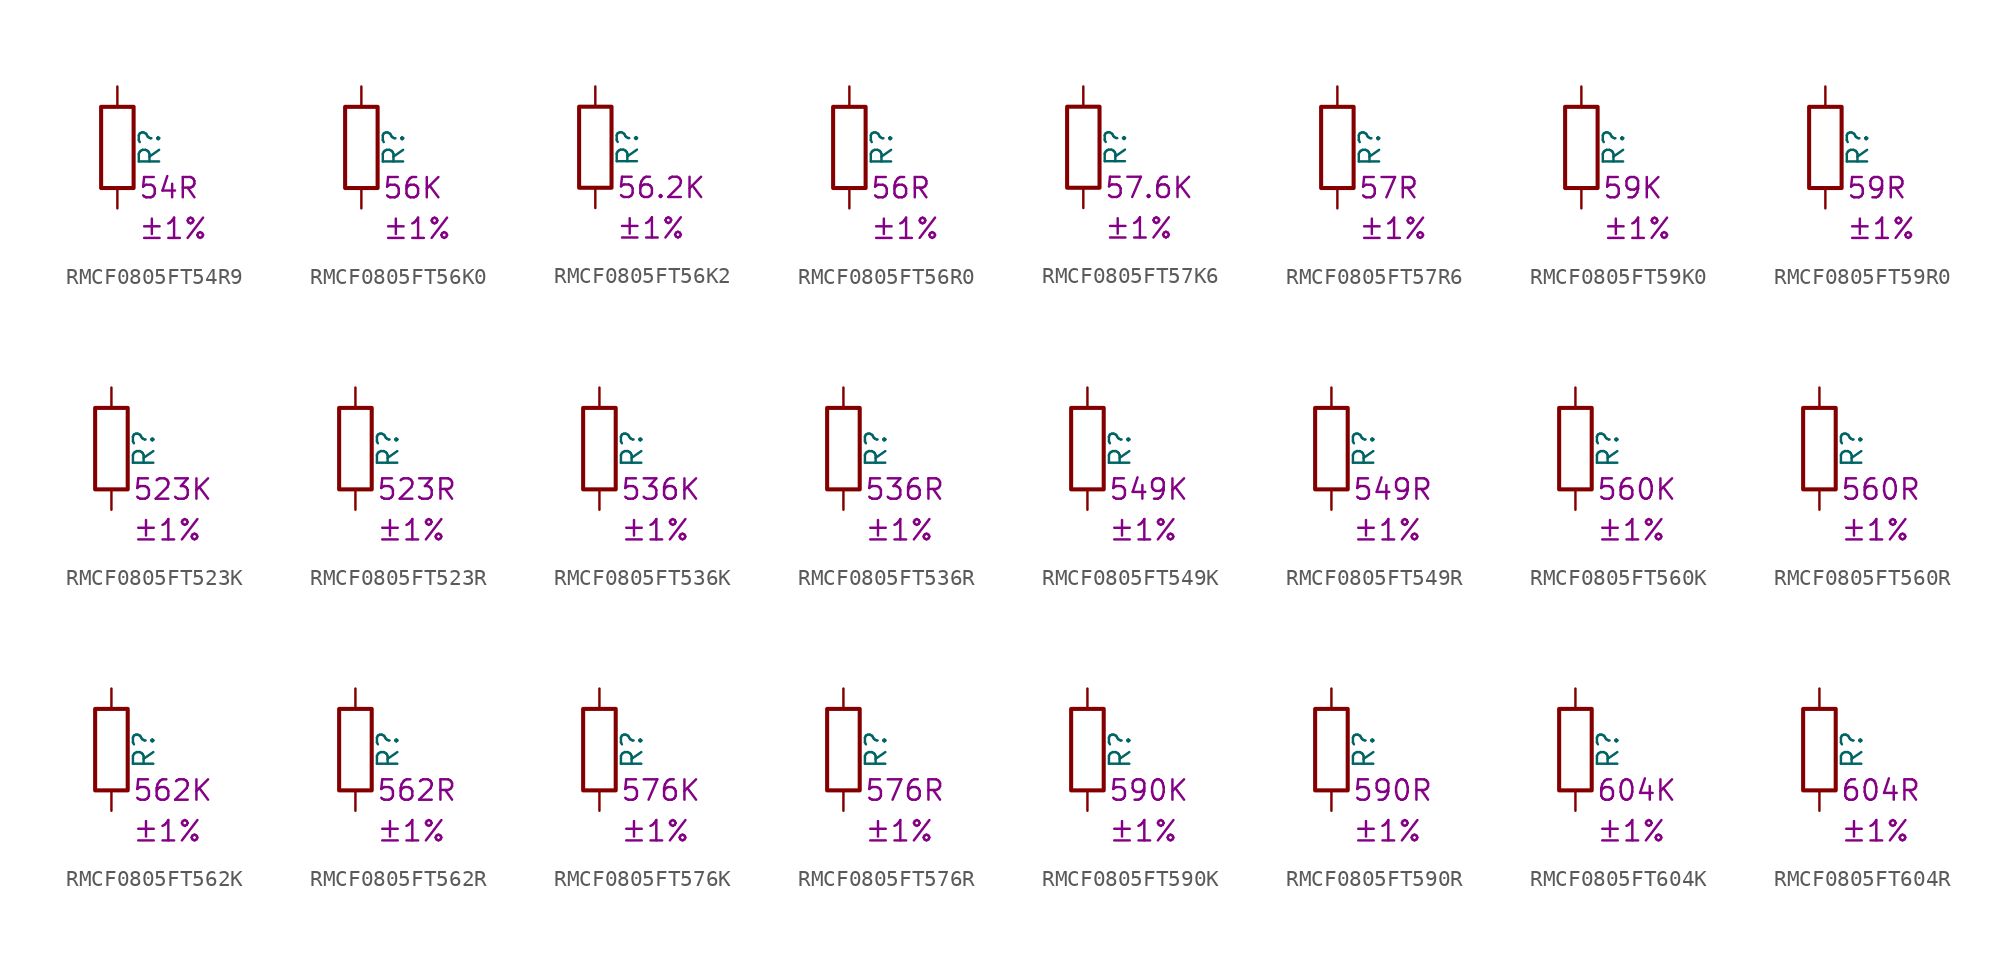
<source format=kicad_sym>
(kicad_symbol_lib
  (version 20220914)
  (generator kicad_symbol_editor)
  (symbol "RMCF0805FT54R9"
    (pin_numbers hide)
    (pin_names
      (offset 0))
    (property "Reference" "R"
      (at 2.032 0 90)
      (effects (font (size 1.27 1.27))))
    (property "Resistance" "54R"
      (at 1.27 -2.54 0)
      (effects (font (size 1.27 1.27)) (justify left)))
    (property "Tolerance" "±1%"
      (at 1.27 -5.08 0)
      (effects (font (size 1.27 1.27)) (justify left)))
    (symbol "RMCF0805FT54R9_0_1"
      (rectangle (start -1.016 -2.54) (end 1.016 2.54) (stroke (width 0.254) (type default)) (fill (type none))))
    (symbol "RMCF0805FT54R9_1_1"
      (pin passive line (at 0 3.81 270) (length 1.27) (name "~" (effects (font (size 1.27 1.27)))) (number "1" (effects (font (size 1.27 1.27)))))
      (pin passive line (at 0 -3.81 90) (length 1.27) (name "~" (effects (font (size 1.27 1.27)))) (number "2" (effects (font (size 1.27 1.27)))))))
  (symbol "RMCF0805FT56K0"
    (pin_numbers hide)
    (pin_names
      (offset 0))
    (property "Reference" "R"
      (at 2.032 0 90)
      (effects (font (size 1.27 1.27))))
    (property "Resistance" "56K"
      (at 1.27 -2.54 0)
      (effects (font (size 1.27 1.27)) (justify left)))
    (property "Tolerance" "±1%"
      (at 1.27 -5.08 0)
      (effects (font (size 1.27 1.27)) (justify left)))
    (symbol "RMCF0805FT56K0_0_1"
      (rectangle (start -1.016 -2.54) (end 1.016 2.54) (stroke (width 0.254) (type default)) (fill (type none))))
    (symbol "RMCF0805FT56K0_1_1"
      (pin passive line (at 0 3.81 270) (length 1.27) (name "~" (effects (font (size 1.27 1.27)))) (number "1" (effects (font (size 1.27 1.27)))))
      (pin passive line (at 0 -3.81 90) (length 1.27) (name "~" (effects (font (size 1.27 1.27)))) (number "2" (effects (font (size 1.27 1.27)))))))
  (symbol "RMCF0805FT56K2"
    (pin_numbers hide)
    (pin_names
      (offset 0))
    (property "Reference" "R"
      (at 2.032 0 90)
      (effects (font (size 1.27 1.27))))
    (property "Resistance" "56.2K"
      (at 1.27 -2.54 0)
      (effects (font (size 1.27 1.27)) (justify left)))
    (property "Tolerance" "±1%"
      (at 1.27 -5.08 0)
      (effects (font (size 1.27 1.27)) (justify left)))
    (symbol "RMCF0805FT56K2_0_1"
      (rectangle (start -1.016 -2.54) (end 1.016 2.54) (stroke (width 0.254) (type default)) (fill (type none))))
    (symbol "RMCF0805FT56K2_1_1"
      (pin passive line (at 0 3.81 270) (length 1.27) (name "~" (effects (font (size 1.27 1.27)))) (number "1" (effects (font (size 1.27 1.27)))))
      (pin passive line (at 0 -3.81 90) (length 1.27) (name "~" (effects (font (size 1.27 1.27)))) (number "2" (effects (font (size 1.27 1.27)))))))
  (symbol "RMCF0805FT56R0"
    (pin_numbers hide)
    (pin_names
      (offset 0))
    (property "Reference" "R"
      (at 2.032 0 90)
      (effects (font (size 1.27 1.27))))
    (property "Resistance" "56R"
      (at 1.27 -2.54 0)
      (effects (font (size 1.27 1.27)) (justify left)))
    (property "Tolerance" "±1%"
      (at 1.27 -5.08 0)
      (effects (font (size 1.27 1.27)) (justify left)))
    (symbol "RMCF0805FT56R0_0_1"
      (rectangle (start -1.016 -2.54) (end 1.016 2.54) (stroke (width 0.254) (type default)) (fill (type none))))
    (symbol "RMCF0805FT56R0_1_1"
      (pin passive line (at 0 3.81 270) (length 1.27) (name "~" (effects (font (size 1.27 1.27)))) (number "1" (effects (font (size 1.27 1.27)))))
      (pin passive line (at 0 -3.81 90) (length 1.27) (name "~" (effects (font (size 1.27 1.27)))) (number "2" (effects (font (size 1.27 1.27)))))))
  (symbol "RMCF0805FT57K6"
    (pin_numbers hide)
    (pin_names
      (offset 0))
    (property "Reference" "R"
      (at 2.032 0 90)
      (effects (font (size 1.27 1.27))))
    (property "Resistance" "57.6K"
      (at 1.27 -2.54 0)
      (effects (font (size 1.27 1.27)) (justify left)))
    (property "Tolerance" "±1%"
      (at 1.27 -5.08 0)
      (effects (font (size 1.27 1.27)) (justify left)))
    (symbol "RMCF0805FT57K6_0_1"
      (rectangle (start -1.016 -2.54) (end 1.016 2.54) (stroke (width 0.254) (type default)) (fill (type none))))
    (symbol "RMCF0805FT57K6_1_1"
      (pin passive line (at 0 3.81 270) (length 1.27) (name "~" (effects (font (size 1.27 1.27)))) (number "1" (effects (font (size 1.27 1.27)))))
      (pin passive line (at 0 -3.81 90) (length 1.27) (name "~" (effects (font (size 1.27 1.27)))) (number "2" (effects (font (size 1.27 1.27)))))))
  (symbol "RMCF0805FT57R6"
    (pin_numbers hide)
    (pin_names
      (offset 0))
    (property "Reference" "R"
      (at 2.032 0 90)
      (effects (font (size 1.27 1.27))))
    (property "Resistance" "57R"
      (at 1.27 -2.54 0)
      (effects (font (size 1.27 1.27)) (justify left)))
    (property "Tolerance" "±1%"
      (at 1.27 -5.08 0)
      (effects (font (size 1.27 1.27)) (justify left)))
    (symbol "RMCF0805FT57R6_0_1"
      (rectangle (start -1.016 -2.54) (end 1.016 2.54) (stroke (width 0.254) (type default)) (fill (type none))))
    (symbol "RMCF0805FT57R6_1_1"
      (pin passive line (at 0 3.81 270) (length 1.27) (name "~" (effects (font (size 1.27 1.27)))) (number "1" (effects (font (size 1.27 1.27)))))
      (pin passive line (at 0 -3.81 90) (length 1.27) (name "~" (effects (font (size 1.27 1.27)))) (number "2" (effects (font (size 1.27 1.27)))))))
  (symbol "RMCF0805FT59K0"
    (pin_numbers hide)
    (pin_names
      (offset 0))
    (property "Reference" "R"
      (at 2.032 0 90)
      (effects (font (size 1.27 1.27))))
    (property "Resistance" "59K"
      (at 1.27 -2.54 0)
      (effects (font (size 1.27 1.27)) (justify left)))
    (property "Tolerance" "±1%"
      (at 1.27 -5.08 0)
      (effects (font (size 1.27 1.27)) (justify left)))
    (symbol "RMCF0805FT59K0_0_1"
      (rectangle (start -1.016 -2.54) (end 1.016 2.54) (stroke (width 0.254) (type default)) (fill (type none))))
    (symbol "RMCF0805FT59K0_1_1"
      (pin passive line (at 0 3.81 270) (length 1.27) (name "~" (effects (font (size 1.27 1.27)))) (number "1" (effects (font (size 1.27 1.27)))))
      (pin passive line (at 0 -3.81 90) (length 1.27) (name "~" (effects (font (size 1.27 1.27)))) (number "2" (effects (font (size 1.27 1.27)))))))
  (symbol "RMCF0805FT59R0"
    (pin_numbers hide)
    (pin_names
      (offset 0))
    (property "Reference" "R"
      (at 2.032 0 90)
      (effects (font (size 1.27 1.27))))
    (property "Resistance" "59R"
      (at 1.27 -2.54 0)
      (effects (font (size 1.27 1.27)) (justify left)))
    (property "Tolerance" "±1%"
      (at 1.27 -5.08 0)
      (effects (font (size 1.27 1.27)) (justify left)))
    (symbol "RMCF0805FT59R0_0_1"
      (rectangle (start -1.016 -2.54) (end 1.016 2.54) (stroke (width 0.254) (type default)) (fill (type none))))
    (symbol "RMCF0805FT59R0_1_1"
      (pin passive line (at 0 3.81 270) (length 1.27) (name "~" (effects (font (size 1.27 1.27)))) (number "1" (effects (font (size 1.27 1.27)))))
      (pin passive line (at 0 -3.81 90) (length 1.27) (name "~" (effects (font (size 1.27 1.27)))) (number "2" (effects (font (size 1.27 1.27)))))))
  (symbol "RMCF0805FT523K"
    (pin_numbers hide)
    (pin_names
      (offset 0))
    (property "Reference" "R"
      (at 2.032 0 90)
      (effects (font (size 1.27 1.27))))
    (property "Resistance" "523K"
      (at 1.27 -2.54 0)
      (effects (font (size 1.27 1.27)) (justify left)))
    (property "Tolerance" "±1%"
      (at 1.27 -5.08 0)
      (effects (font (size 1.27 1.27)) (justify left)))
    (symbol "RMCF0805FT523K_0_1"
      (rectangle (start -1.016 -2.54) (end 1.016 2.54) (stroke (width 0.254) (type default)) (fill (type none))))
    (symbol "RMCF0805FT523K_1_1"
      (pin passive line (at 0 3.81 270) (length 1.27) (name "~" (effects (font (size 1.27 1.27)))) (number "1" (effects (font (size 1.27 1.27)))))
      (pin passive line (at 0 -3.81 90) (length 1.27) (name "~" (effects (font (size 1.27 1.27)))) (number "2" (effects (font (size 1.27 1.27)))))))
  (symbol "RMCF0805FT523R"
    (pin_numbers hide)
    (pin_names
      (offset 0))
    (property "Reference" "R"
      (at 2.032 0 90)
      (effects (font (size 1.27 1.27))))
    (property "Resistance" "523R"
      (at 1.27 -2.54 0)
      (effects (font (size 1.27 1.27)) (justify left)))
    (property "Tolerance" "±1%"
      (at 1.27 -5.08 0)
      (effects (font (size 1.27 1.27)) (justify left)))
    (symbol "RMCF0805FT523R_0_1"
      (rectangle (start -1.016 -2.54) (end 1.016 2.54) (stroke (width 0.254) (type default)) (fill (type none))))
    (symbol "RMCF0805FT523R_1_1"
      (pin passive line (at 0 3.81 270) (length 1.27) (name "~" (effects (font (size 1.27 1.27)))) (number "1" (effects (font (size 1.27 1.27)))))
      (pin passive line (at 0 -3.81 90) (length 1.27) (name "~" (effects (font (size 1.27 1.27)))) (number "2" (effects (font (size 1.27 1.27)))))))
  (symbol "RMCF0805FT536K"
    (pin_numbers hide)
    (pin_names
      (offset 0))
    (property "Reference" "R"
      (at 2.032 0 90)
      (effects (font (size 1.27 1.27))))
    (property "Resistance" "536K"
      (at 1.27 -2.54 0)
      (effects (font (size 1.27 1.27)) (justify left)))
    (property "Tolerance" "±1%"
      (at 1.27 -5.08 0)
      (effects (font (size 1.27 1.27)) (justify left)))
    (symbol "RMCF0805FT536K_0_1"
      (rectangle (start -1.016 -2.54) (end 1.016 2.54) (stroke (width 0.254) (type default)) (fill (type none))))
    (symbol "RMCF0805FT536K_1_1"
      (pin passive line (at 0 3.81 270) (length 1.27) (name "~" (effects (font (size 1.27 1.27)))) (number "1" (effects (font (size 1.27 1.27)))))
      (pin passive line (at 0 -3.81 90) (length 1.27) (name "~" (effects (font (size 1.27 1.27)))) (number "2" (effects (font (size 1.27 1.27)))))))
  (symbol "RMCF0805FT536R"
    (pin_numbers hide)
    (pin_names
      (offset 0))
    (property "Reference" "R"
      (at 2.032 0 90)
      (effects (font (size 1.27 1.27))))
    (property "Resistance" "536R"
      (at 1.27 -2.54 0)
      (effects (font (size 1.27 1.27)) (justify left)))
    (property "Tolerance" "±1%"
      (at 1.27 -5.08 0)
      (effects (font (size 1.27 1.27)) (justify left)))
    (symbol "RMCF0805FT536R_0_1"
      (rectangle (start -1.016 -2.54) (end 1.016 2.54) (stroke (width 0.254) (type default)) (fill (type none))))
    (symbol "RMCF0805FT536R_1_1"
      (pin passive line (at 0 3.81 270) (length 1.27) (name "~" (effects (font (size 1.27 1.27)))) (number "1" (effects (font (size 1.27 1.27)))))
      (pin passive line (at 0 -3.81 90) (length 1.27) (name "~" (effects (font (size 1.27 1.27)))) (number "2" (effects (font (size 1.27 1.27)))))))
  (symbol "RMCF0805FT549K"
    (pin_numbers hide)
    (pin_names
      (offset 0))
    (property "Reference" "R"
      (at 2.032 0 90)
      (effects (font (size 1.27 1.27))))
    (property "Resistance" "549K"
      (at 1.27 -2.54 0)
      (effects (font (size 1.27 1.27)) (justify left)))
    (property "Tolerance" "±1%"
      (at 1.27 -5.08 0)
      (effects (font (size 1.27 1.27)) (justify left)))
    (symbol "RMCF0805FT549K_0_1"
      (rectangle (start -1.016 -2.54) (end 1.016 2.54) (stroke (width 0.254) (type default)) (fill (type none))))
    (symbol "RMCF0805FT549K_1_1"
      (pin passive line (at 0 3.81 270) (length 1.27) (name "~" (effects (font (size 1.27 1.27)))) (number "1" (effects (font (size 1.27 1.27)))))
      (pin passive line (at 0 -3.81 90) (length 1.27) (name "~" (effects (font (size 1.27 1.27)))) (number "2" (effects (font (size 1.27 1.27)))))))
  (symbol "RMCF0805FT549R"
    (pin_numbers hide)
    (pin_names
      (offset 0))
    (property "Reference" "R"
      (at 2.032 0 90)
      (effects (font (size 1.27 1.27))))
    (property "Resistance" "549R"
      (at 1.27 -2.54 0)
      (effects (font (size 1.27 1.27)) (justify left)))
    (property "Tolerance" "±1%"
      (at 1.27 -5.08 0)
      (effects (font (size 1.27 1.27)) (justify left)))
    (symbol "RMCF0805FT549R_0_1"
      (rectangle (start -1.016 -2.54) (end 1.016 2.54) (stroke (width 0.254) (type default)) (fill (type none))))
    (symbol "RMCF0805FT549R_1_1"
      (pin passive line (at 0 3.81 270) (length 1.27) (name "~" (effects (font (size 1.27 1.27)))) (number "1" (effects (font (size 1.27 1.27)))))
      (pin passive line (at 0 -3.81 90) (length 1.27) (name "~" (effects (font (size 1.27 1.27)))) (number "2" (effects (font (size 1.27 1.27)))))))
  (symbol "RMCF0805FT560K"
    (pin_numbers hide)
    (pin_names
      (offset 0))
    (property "Reference" "R"
      (at 2.032 0 90)
      (effects (font (size 1.27 1.27))))
    (property "Resistance" "560K"
      (at 1.27 -2.54 0)
      (effects (font (size 1.27 1.27)) (justify left)))
    (property "Tolerance" "±1%"
      (at 1.27 -5.08 0)
      (effects (font (size 1.27 1.27)) (justify left)))
    (symbol "RMCF0805FT560K_0_1"
      (rectangle (start -1.016 -2.54) (end 1.016 2.54) (stroke (width 0.254) (type default)) (fill (type none))))
    (symbol "RMCF0805FT560K_1_1"
      (pin passive line (at 0 3.81 270) (length 1.27) (name "~" (effects (font (size 1.27 1.27)))) (number "1" (effects (font (size 1.27 1.27)))))
      (pin passive line (at 0 -3.81 90) (length 1.27) (name "~" (effects (font (size 1.27 1.27)))) (number "2" (effects (font (size 1.27 1.27)))))))
  (symbol "RMCF0805FT560R"
    (pin_numbers hide)
    (pin_names
      (offset 0))
    (property "Reference" "R"
      (at 2.032 0 90)
      (effects (font (size 1.27 1.27))))
    (property "Resistance" "560R"
      (at 1.27 -2.54 0)
      (effects (font (size 1.27 1.27)) (justify left)))
    (property "Tolerance" "±1%"
      (at 1.27 -5.08 0)
      (effects (font (size 1.27 1.27)) (justify left)))
    (symbol "RMCF0805FT560R_0_1"
      (rectangle (start -1.016 -2.54) (end 1.016 2.54) (stroke (width 0.254) (type default)) (fill (type none))))
    (symbol "RMCF0805FT560R_1_1"
      (pin passive line (at 0 3.81 270) (length 1.27) (name "~" (effects (font (size 1.27 1.27)))) (number "1" (effects (font (size 1.27 1.27)))))
      (pin passive line (at 0 -3.81 90) (length 1.27) (name "~" (effects (font (size 1.27 1.27)))) (number "2" (effects (font (size 1.27 1.27)))))))
  (symbol "RMCF0805FT562K"
    (pin_numbers hide)
    (pin_names
      (offset 0))
    (property "Reference" "R"
      (at 2.032 0 90)
      (effects (font (size 1.27 1.27))))
    (property "Resistance" "562K"
      (at 1.27 -2.54 0)
      (effects (font (size 1.27 1.27)) (justify left)))
    (property "Tolerance" "±1%"
      (at 1.27 -5.08 0)
      (effects (font (size 1.27 1.27)) (justify left)))
    (symbol "RMCF0805FT562K_0_1"
      (rectangle (start -1.016 -2.54) (end 1.016 2.54) (stroke (width 0.254) (type default)) (fill (type none))))
    (symbol "RMCF0805FT562K_1_1"
      (pin passive line (at 0 3.81 270) (length 1.27) (name "~" (effects (font (size 1.27 1.27)))) (number "1" (effects (font (size 1.27 1.27)))))
      (pin passive line (at 0 -3.81 90) (length 1.27) (name "~" (effects (font (size 1.27 1.27)))) (number "2" (effects (font (size 1.27 1.27)))))))
  (symbol "RMCF0805FT562R"
    (pin_numbers hide)
    (pin_names
      (offset 0))
    (property "Reference" "R"
      (at 2.032 0 90)
      (effects (font (size 1.27 1.27))))
    (property "Resistance" "562R"
      (at 1.27 -2.54 0)
      (effects (font (size 1.27 1.27)) (justify left)))
    (property "Tolerance" "±1%"
      (at 1.27 -5.08 0)
      (effects (font (size 1.27 1.27)) (justify left)))
    (symbol "RMCF0805FT562R_0_1"
      (rectangle (start -1.016 -2.54) (end 1.016 2.54) (stroke (width 0.254) (type default)) (fill (type none))))
    (symbol "RMCF0805FT562R_1_1"
      (pin passive line (at 0 3.81 270) (length 1.27) (name "~" (effects (font (size 1.27 1.27)))) (number "1" (effects (font (size 1.27 1.27)))))
      (pin passive line (at 0 -3.81 90) (length 1.27) (name "~" (effects (font (size 1.27 1.27)))) (number "2" (effects (font (size 1.27 1.27)))))))
  (symbol "RMCF0805FT576K"
    (pin_numbers hide)
    (pin_names
      (offset 0))
    (property "Reference" "R"
      (at 2.032 0 90)
      (effects (font (size 1.27 1.27))))
    (property "Resistance" "576K"
      (at 1.27 -2.54 0)
      (effects (font (size 1.27 1.27)) (justify left)))
    (property "Tolerance" "±1%"
      (at 1.27 -5.08 0)
      (effects (font (size 1.27 1.27)) (justify left)))
    (symbol "RMCF0805FT576K_0_1"
      (rectangle (start -1.016 -2.54) (end 1.016 2.54) (stroke (width 0.254) (type default)) (fill (type none))))
    (symbol "RMCF0805FT576K_1_1"
      (pin passive line (at 0 3.81 270) (length 1.27) (name "~" (effects (font (size 1.27 1.27)))) (number "1" (effects (font (size 1.27 1.27)))))
      (pin passive line (at 0 -3.81 90) (length 1.27) (name "~" (effects (font (size 1.27 1.27)))) (number "2" (effects (font (size 1.27 1.27)))))))
  (symbol "RMCF0805FT576R"
    (pin_numbers hide)
    (pin_names
      (offset 0))
    (property "Reference" "R"
      (at 2.032 0 90)
      (effects (font (size 1.27 1.27))))
    (property "Resistance" "576R"
      (at 1.27 -2.54 0)
      (effects (font (size 1.27 1.27)) (justify left)))
    (property "Tolerance" "±1%"
      (at 1.27 -5.08 0)
      (effects (font (size 1.27 1.27)) (justify left)))
    (symbol "RMCF0805FT576R_0_1"
      (rectangle (start -1.016 -2.54) (end 1.016 2.54) (stroke (width 0.254) (type default)) (fill (type none))))
    (symbol "RMCF0805FT576R_1_1"
      (pin passive line (at 0 3.81 270) (length 1.27) (name "~" (effects (font (size 1.27 1.27)))) (number "1" (effects (font (size 1.27 1.27)))))
      (pin passive line (at 0 -3.81 90) (length 1.27) (name "~" (effects (font (size 1.27 1.27)))) (number "2" (effects (font (size 1.27 1.27)))))))
  (symbol "RMCF0805FT590K"
    (pin_numbers hide)
    (pin_names
      (offset 0))
    (property "Reference" "R"
      (at 2.032 0 90)
      (effects (font (size 1.27 1.27))))
    (property "Resistance" "590K"
      (at 1.27 -2.54 0)
      (effects (font (size 1.27 1.27)) (justify left)))
    (property "Tolerance" "±1%"
      (at 1.27 -5.08 0)
      (effects (font (size 1.27 1.27)) (justify left)))
    (symbol "RMCF0805FT590K_0_1"
      (rectangle (start -1.016 -2.54) (end 1.016 2.54) (stroke (width 0.254) (type default)) (fill (type none))))
    (symbol "RMCF0805FT590K_1_1"
      (pin passive line (at 0 3.81 270) (length 1.27) (name "~" (effects (font (size 1.27 1.27)))) (number "1" (effects (font (size 1.27 1.27)))))
      (pin passive line (at 0 -3.81 90) (length 1.27) (name "~" (effects (font (size 1.27 1.27)))) (number "2" (effects (font (size 1.27 1.27)))))))
  (symbol "RMCF0805FT590R"
    (pin_numbers hide)
    (pin_names
      (offset 0))
    (property "Reference" "R"
      (at 2.032 0 90)
      (effects (font (size 1.27 1.27))))
    (property "Resistance" "590R"
      (at 1.27 -2.54 0)
      (effects (font (size 1.27 1.27)) (justify left)))
    (property "Tolerance" "±1%"
      (at 1.27 -5.08 0)
      (effects (font (size 1.27 1.27)) (justify left)))
    (symbol "RMCF0805FT590R_0_1"
      (rectangle (start -1.016 -2.54) (end 1.016 2.54) (stroke (width 0.254) (type default)) (fill (type none))))
    (symbol "RMCF0805FT590R_1_1"
      (pin passive line (at 0 3.81 270) (length 1.27) (name "~" (effects (font (size 1.27 1.27)))) (number "1" (effects (font (size 1.27 1.27)))))
      (pin passive line (at 0 -3.81 90) (length 1.27) (name "~" (effects (font (size 1.27 1.27)))) (number "2" (effects (font (size 1.27 1.27)))))))
  (symbol "RMCF0805FT604K"
    (pin_numbers hide)
    (pin_names
      (offset 0))
    (property "Reference" "R"
      (at 2.032 0 90)
      (effects (font (size 1.27 1.27))))
    (property "Resistance" "604K"
      (at 1.27 -2.54 0)
      (effects (font (size 1.27 1.27)) (justify left)))
    (property "Tolerance" "±1%"
      (at 1.27 -5.08 0)
      (effects (font (size 1.27 1.27)) (justify left)))
    (symbol "RMCF0805FT604K_0_1"
      (rectangle (start -1.016 -2.54) (end 1.016 2.54) (stroke (width 0.254) (type default)) (fill (type none))))
    (symbol "RMCF0805FT604K_1_1"
      (pin passive line (at 0 3.81 270) (length 1.27) (name "~" (effects (font (size 1.27 1.27)))) (number "1" (effects (font (size 1.27 1.27)))))
      (pin passive line (at 0 -3.81 90) (length 1.27) (name "~" (effects (font (size 1.27 1.27)))) (number "2" (effects (font (size 1.27 1.27)))))))
  (symbol "RMCF0805FT604R"
    (pin_numbers hide)
    (pin_names
      (offset 0))
    (property "Reference" "R"
      (at 2.032 0 90)
      (effects (font (size 1.27 1.27))))
    (property "Resistance" "604R"
      (at 1.27 -2.54 0)
      (effects (font (size 1.27 1.27)) (justify left)))
    (property "Tolerance" "±1%"
      (at 1.27 -5.08 0)
      (effects (font (size 1.27 1.27)) (justify left)))
    (symbol "RMCF0805FT604R_0_1"
      (rectangle (start -1.016 -2.54) (end 1.016 2.54) (stroke (width 0.254) (type default)) (fill (type none))))
    (symbol "RMCF0805FT604R_1_1"
      (pin passive line (at 0 3.81 270) (length 1.27) (name "~" (effects (font (size 1.27 1.27)))) (number "1" (effects (font (size 1.27 1.27)))))
      (pin passive line (at 0 -3.81 90) (length 1.27) (name "~" (effects (font (size 1.27 1.27)))) (number "2" (effects (font (size 1.27 1.27))))))))
</source>
